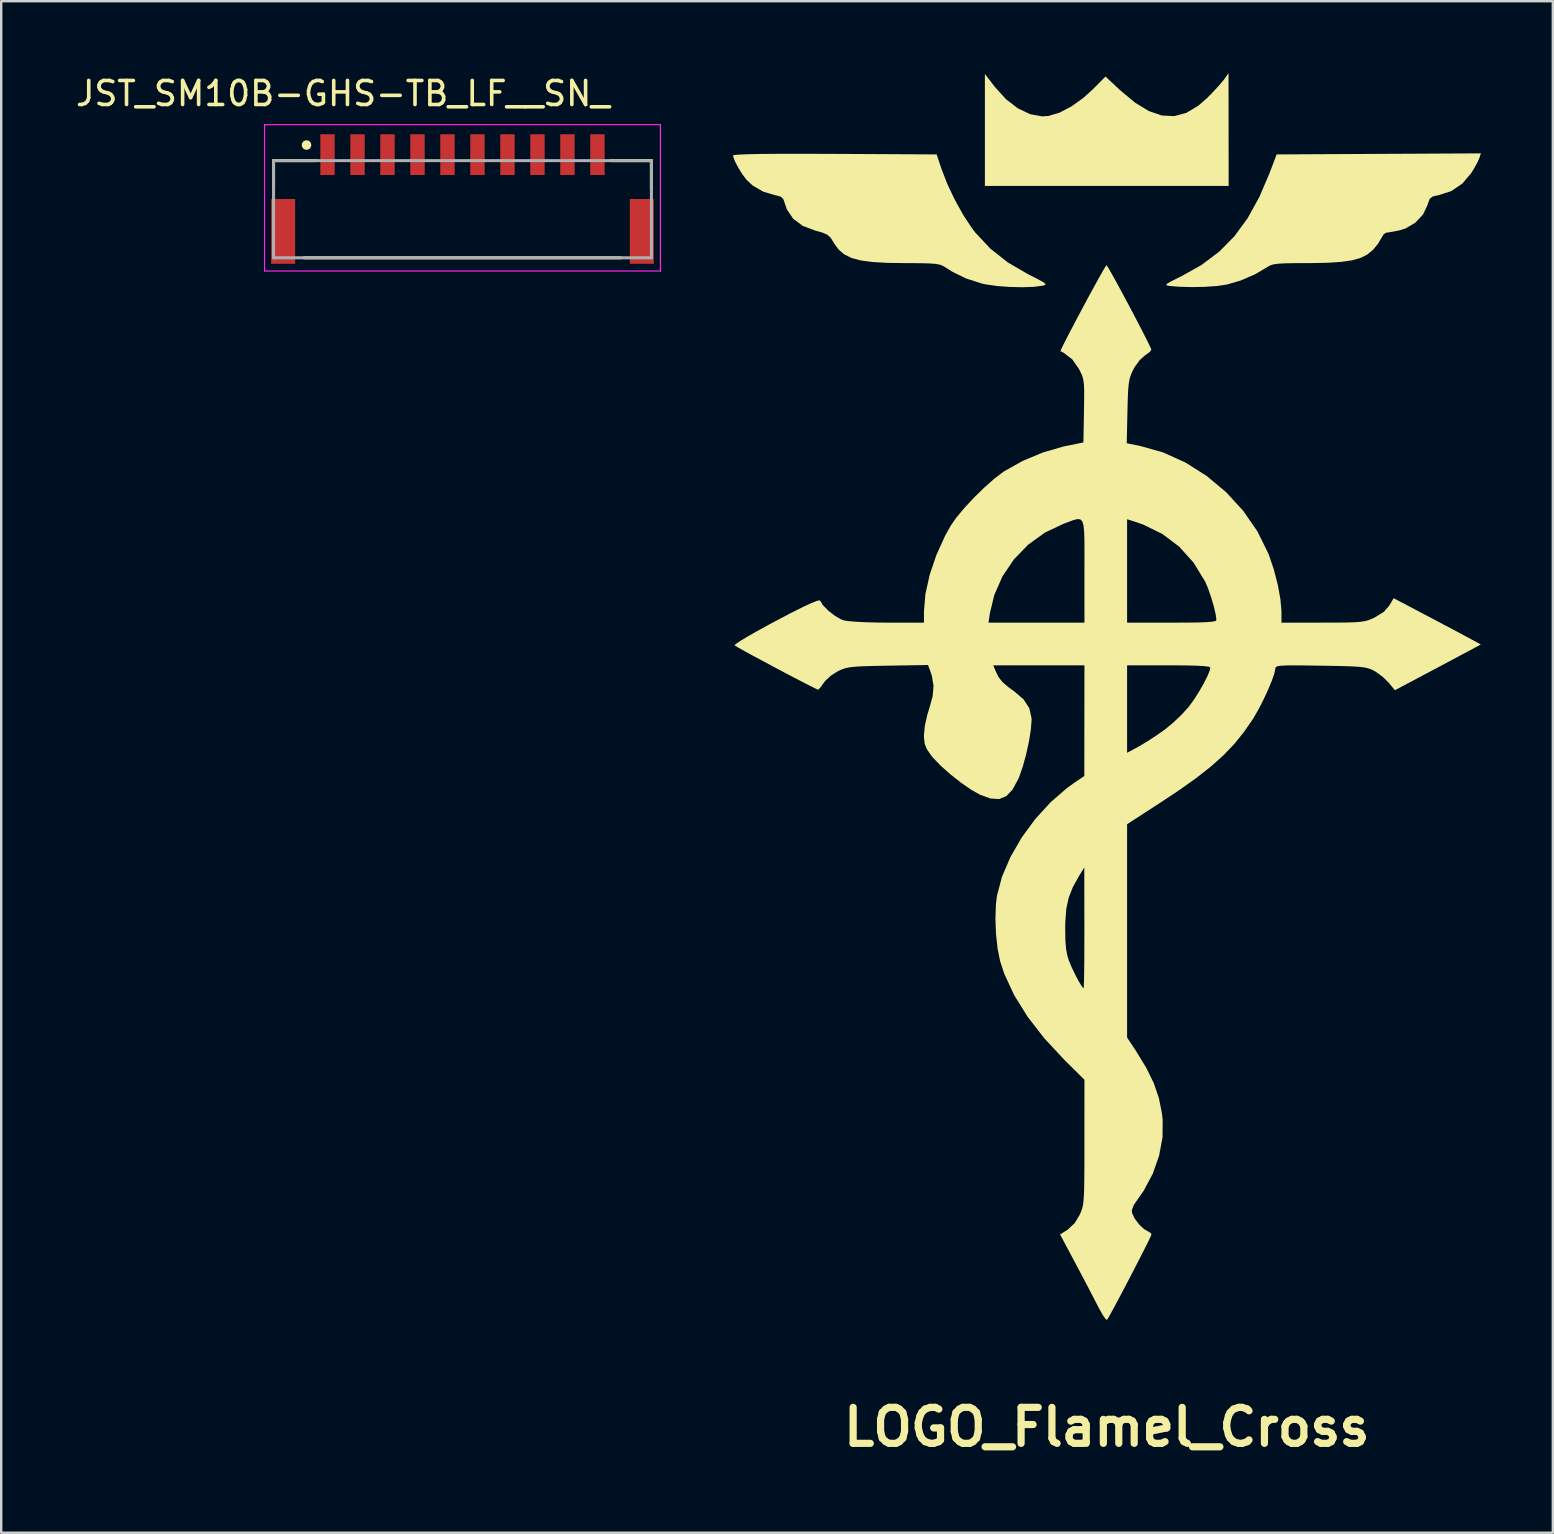
<source format=kicad_pcb>
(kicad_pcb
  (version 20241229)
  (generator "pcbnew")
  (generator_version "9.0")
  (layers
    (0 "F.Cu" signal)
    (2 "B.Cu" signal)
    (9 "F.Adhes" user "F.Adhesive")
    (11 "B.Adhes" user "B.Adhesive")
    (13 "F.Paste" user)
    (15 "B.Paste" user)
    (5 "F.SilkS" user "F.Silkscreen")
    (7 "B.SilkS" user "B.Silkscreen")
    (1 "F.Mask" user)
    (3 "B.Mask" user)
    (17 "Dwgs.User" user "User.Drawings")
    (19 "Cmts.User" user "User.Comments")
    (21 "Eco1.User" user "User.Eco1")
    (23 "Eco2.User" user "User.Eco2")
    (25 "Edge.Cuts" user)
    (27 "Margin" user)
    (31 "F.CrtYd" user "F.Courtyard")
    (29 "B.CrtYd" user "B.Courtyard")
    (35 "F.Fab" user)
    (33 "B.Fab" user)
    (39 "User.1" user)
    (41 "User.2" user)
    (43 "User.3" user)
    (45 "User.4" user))
  (footprint "JST_SM10B-GHS-TB_LF__SN_"
    (layer "F.Cu")
    (at 16.226 6.595)
    (property "Reference" "JST_SM10B-GHS-TB_LF__SN_" (at -4.985 -5.746 0) (layer "F.SilkS") (effects (font (size 1.002 1.002) (thickness 0.15))))
    (attr smd)
    (fp_line (start -7.875 -2.95) (end -6.1 -2.95) (stroke (width 0.127) (type solid)) (layer "F.SilkS"))
    (fp_line (start -7.875 -1.77) (end -7.875 -2.95) (stroke (width 0.127) (type solid)) (layer "F.SilkS"))
    (fp_line (start -6.6 1.1) (end 6.6 1.1) (stroke (width 0.127) (type solid)) (layer "F.SilkS"))
    (fp_line (start 7.875 -2.95) (end 6.2 -2.95) (stroke (width 0.127) (type solid)) (layer "F.SilkS"))
    (fp_line (start 7.875 -1.78) (end 7.875 -2.95) (stroke (width 0.127) (type solid)) (layer "F.SilkS"))
    (fp_circle (center -6.5 -3.6) (end -6.4 -3.6) (stroke (width 0.2) (type solid)) (fill no) (layer "F.SilkS"))
    (fp_line (start -8.25 -4.45) (end 8.25 -4.45) (stroke (width 0.05) (type solid)) (layer "F.CrtYd"))
    (fp_line (start -8.25 1.65) (end -8.25 -4.45) (stroke (width 0.05) (type solid)) (layer "F.CrtYd"))
    (fp_line (start 8.25 -4.45) (end 8.25 1.65) (stroke (width 0.05) (type solid)) (layer "F.CrtYd"))
    (fp_line (start 8.25 1.65) (end -8.25 1.65) (stroke (width 0.05) (type solid)) (layer "F.CrtYd"))
    (fp_line (start -7.875 -2.95) (end 7.875 -2.95) (stroke (width 0.127) (type solid)) (layer "F.Fab"))
    (fp_line (start -7.875 1.1) (end -7.875 -2.95) (stroke (width 0.127) (type solid)) (layer "F.Fab"))
    (fp_line (start 7.875 -2.95) (end 7.875 1.1) (stroke (width 0.127) (type solid)) (layer "F.Fab"))
    (fp_line (start 7.875 1.1) (end -7.875 1.1) (stroke (width 0.127) (type solid)) (layer "F.Fab"))
    (pad "1" smd rect (at -5.625 -3.2 90) (size 1.7 0.6) (layers "F.Cu" "F.Mask" "F.Paste"))
    (pad "2" smd rect (at -4.375 -3.2 90) (size 1.7 0.6) (layers "F.Cu" "F.Mask" "F.Paste"))
    (pad "3" smd rect (at -3.125 -3.2 90) (size 1.7 0.6) (layers "F.Cu" "F.Mask" "F.Paste"))
    (pad "4" smd rect (at -1.875 -3.2 90) (size 1.7 0.6) (layers "F.Cu" "F.Mask" "F.Paste"))
    (pad "5" smd rect (at -0.625 -3.2 90) (size 1.7 0.6) (layers "F.Cu" "F.Mask" "F.Paste"))
    (pad "6" smd rect (at 0.625 -3.2 90) (size 1.7 0.6) (layers "F.Cu" "F.Mask" "F.Paste"))
    (pad "7" smd rect (at 1.875 -3.2 90) (size 1.7 0.6) (layers "F.Cu" "F.Mask" "F.Paste"))
    (pad "8" smd rect (at 3.125 -3.2 90) (size 1.7 0.6) (layers "F.Cu" "F.Mask" "F.Paste"))
    (pad "9" smd rect (at 4.375 -3.2 90) (size 1.7 0.6) (layers "F.Cu" "F.Mask" "F.Paste"))
    (pad "10" smd rect (at 5.625 -3.2 90) (size 1.7 0.6) (layers "F.Cu" "F.Mask" "F.Paste"))
    (pad "S1" smd rect (at -7.475 0 90) (size 2.7 1) (layers "F.Cu" "F.Mask" "F.Paste"))
    (pad "S2" smd rect (at 7.475 0 90) (size 2.7 1) (layers "F.Cu" "F.Mask" "F.Paste")))
  (footprint "LOGO_Flamel_Cross"
    (layer "F.Cu")
    (at 43.08 25.95)
    (property "Reference" "LOGO_Flamel_Cross" (at 0 30.48 0) (layer "F.SilkS") (effects (font (size 1.5 1.5) (thickness 0.3))))
    (attr board_only exclude_from_pos_files exclude_from_bom)
    (fp_poly (pts (xy 5.077 -23.601) (xy 5.08 -21.251) (xy 0 -21.251) (xy -5.08 -21.251) (xy -5.08 -23.584) (xy -5.08 -25.918) (xy -4.675 -25.39) (xy -4.207 -24.871) (xy -3.709 -24.486) (xy -3.198 -24.242) (xy -2.692 -24.15) (xy -2.422 -24.168) (xy -1.965 -24.306) (xy -1.465 -24.569) (xy -0.959 -24.934) (xy -0.586 -25.274) (xy -0.053 -25.81) (xy 0.57 -25.228) (xy 1.181 -24.719) (xy 1.752 -24.372) (xy 2.293 -24.186) (xy 2.811 -24.16) (xy 3.314 -24.295) (xy 3.81 -24.589) (xy 4.194 -24.926) (xy 4.458 -25.198) (xy 4.696 -25.458) (xy 4.866 -25.66) (xy 4.894 -25.696) (xy 5.075 -25.95)) (stroke (width 0) (type solid)) (fill yes) (layer "F.SilkS"))
    (fp_poly (pts (xy 15.531 -22.416) (xy 15.453 -22.242) (xy 15.315 -21.99) (xy 15.191 -21.787) (xy 14.82 -21.349) (xy 14.355 -21.034) (xy 13.829 -20.865) (xy 13.822 -20.864) (xy 13.591 -20.813) (xy 13.467 -20.721) (xy 13.39 -20.533) (xy 13.369 -20.457) (xy 13.18 -20.06) (xy 12.863 -19.722) (xy 12.458 -19.48) (xy 12.193 -19.397) (xy 11.924 -19.344) (xy 11.715 -19.31) (xy 11.648 -19.304) (xy 11.54 -19.234) (xy 11.436 -19.064) (xy 11.435 -19.061) (xy 11.308 -18.845) (xy 11.117 -18.611) (xy 11.064 -18.557) (xy 10.843 -18.382) (xy 10.569 -18.248) (xy 10.222 -18.151) (xy 9.777 -18.086) (xy 9.214 -18.048) (xy 8.509 -18.034) (xy 8.356 -18.034) (xy 7.821 -18.032) (xy 7.427 -18.025) (xy 7.147 -18.009) (xy 6.954 -17.982) (xy 6.819 -17.942) (xy 6.716 -17.885) (xy 6.702 -17.876) (xy 6.178 -17.567) (xy 5.576 -17.307) (xy 5.006 -17.14) (xy 4.611 -17.082) (xy 4.11 -17.046) (xy 3.564 -17.034) (xy 3.035 -17.047) (xy 2.636 -17.08) (xy 2.515 -17.1) (xy 2.474 -17.13) (xy 2.531 -17.187) (xy 2.701 -17.283) (xy 3.003 -17.434) (xy 3.111 -17.487) (xy 3.954 -17.96) (xy 4.685 -18.51) (xy 5.32 -19.153) (xy 5.873 -19.909) (xy 6.361 -20.795) (xy 6.774 -21.759) (xy 7.08 -22.564) (xy 11.335 -22.586) (xy 15.591 -22.608)) (stroke (width 0) (type solid)) (fill yes) (layer "F.SilkS"))
    (fp_poly (pts (xy -11.915 -22.588) (xy -11.335 -22.586) (xy -7.091 -22.564) (xy -6.893 -21.971) (xy -6.65 -21.341) (xy -6.338 -20.681) (xy -5.988 -20.05) (xy -5.629 -19.503) (xy -5.478 -19.305) (xy -4.851 -18.636) (xy -4.131 -18.067) (xy -3.284 -17.572) (xy -3.225 -17.542) (xy -2.875 -17.365) (xy -2.66 -17.248) (xy -2.562 -17.174) (xy -2.562 -17.129) (xy -2.642 -17.099) (xy -2.675 -17.092) (xy -3.038 -17.045) (xy -3.51 -17.028) (xy -4.034 -17.04) (xy -4.553 -17.078) (xy -5.008 -17.14) (xy -5.22 -17.186) (xy -5.871 -17.396) (xy -6.438 -17.674) (xy -6.731 -17.86) (xy -6.839 -17.924) (xy -6.965 -17.97) (xy -7.135 -18.002) (xy -7.38 -18.02) (xy -7.728 -18.03) (xy -8.207 -18.033) (xy -8.399 -18.033) (xy -9.161 -18.044) (xy -9.775 -18.08) (xy -10.262 -18.146) (xy -10.643 -18.25) (xy -10.939 -18.397) (xy -11.17 -18.592) (xy -11.357 -18.844) (xy -11.4 -18.918) (xy -11.517 -19.101) (xy -11.651 -19.219) (xy -11.852 -19.306) (xy -12.144 -19.387) (xy -12.672 -19.586) (xy -13.07 -19.882) (xy -13.33 -20.266) (xy -13.398 -20.46) (xy -13.474 -20.686) (xy -13.579 -20.799) (xy -13.769 -20.855) (xy -13.824 -20.864) (xy -14.318 -21.011) (xy -14.762 -21.269) (xy -15.022 -21.513) (xy -15.196 -21.748) (xy -15.365 -22.022) (xy -15.5 -22.283) (xy -15.573 -22.478) (xy -15.579 -22.519) (xy -15.508 -22.541) (xy -15.292 -22.559) (xy -14.929 -22.573) (xy -14.413 -22.583) (xy -13.741 -22.589) (xy -12.91 -22.59)) (stroke (width 0) (type solid)) (fill yes) (layer "F.SilkS"))
    (fp_poly (pts (xy 0.04 -17.875) (xy 0.156 -17.678) (xy 0.322 -17.382) (xy 0.525 -17.011) (xy 0.751 -16.591) (xy 0.988 -16.147) (xy 1.22 -15.705) (xy 1.435 -15.291) (xy 1.62 -14.93) (xy 1.76 -14.647) (xy 1.843 -14.467) (xy 1.859 -14.418) (xy 1.792 -14.334) (xy 1.63 -14.211) (xy 1.584 -14.182) (xy 1.378 -13.996) (xy 1.175 -13.723) (xy 1.101 -13.589) (xy 1.019 -13.413) (xy 0.96 -13.241) (xy 0.92 -13.039) (xy 0.893 -12.775) (xy 0.876 -12.412) (xy 0.862 -11.919) (xy 0.861 -11.845) (xy 0.832 -10.524) (xy 1.369 -10.419) (xy 2.344 -10.145) (xy 3.284 -9.72) (xy 4.167 -9.161) (xy 4.975 -8.485) (xy 5.685 -7.711) (xy 6.278 -6.854) (xy 6.732 -5.933) (xy 6.761 -5.86) (xy 6.963 -5.262) (xy 7.125 -4.636) (xy 7.235 -4.039) (xy 7.281 -3.527) (xy 7.281 -3.475) (xy 7.281 -3.048) (xy 8.996 -3.049) (xy 9.58 -3.05) (xy 10.024 -3.055) (xy 10.353 -3.066) (xy 10.596 -3.086) (xy 10.781 -3.117) (xy 10.936 -3.163) (xy 11.088 -3.226) (xy 11.156 -3.257) (xy 11.549 -3.499) (xy 11.779 -3.766) (xy 11.956 -4.067) (xy 13.196 -3.415) (xy 13.667 -3.167) (xy 14.135 -2.919) (xy 14.56 -2.694) (xy 14.897 -2.514) (xy 15.014 -2.451) (xy 15.591 -2.138) (xy 14.802 -1.716) (xy 14.4 -1.501) (xy 13.915 -1.243) (xy 13.41 -0.975) (xy 13.01 -0.763) (xy 12.009 -0.232) (xy 11.753 -0.542) (xy 11.508 -0.784) (xy 11.217 -0.998) (xy 11.147 -1.039) (xy 11.021 -1.101) (xy 10.889 -1.148) (xy 10.724 -1.183) (xy 10.503 -1.208) (xy 10.201 -1.226) (xy 9.791 -1.239) (xy 9.251 -1.25) (xy 8.911 -1.255) (xy 8.3 -1.264) (xy 7.837 -1.268) (xy 7.502 -1.265) (xy 7.274 -1.255) (xy 7.133 -1.236) (xy 7.059 -1.207) (xy 7.03 -1.166) (xy 7.026 -1.129) (xy 6.985 -0.929) (xy 6.877 -0.622) (xy 6.72 -0.245) (xy 6.53 0.163) (xy 6.326 0.562) (xy 6.124 0.915) (xy 6.074 0.994) (xy 5.705 1.526) (xy 5.308 2.016) (xy 4.86 2.483) (xy 4.342 2.946) (xy 3.731 3.426) (xy 3.007 3.941) (xy 2.265 4.433) (xy 0.847 5.353) (xy 0.847 9.798) (xy 0.847 14.244) (xy 1.218 14.805) (xy 1.645 15.504) (xy 1.957 16.139) (xy 2.169 16.755) (xy 2.297 17.392) (xy 2.33 17.671) (xy 2.324 18.402) (xy 2.181 19.169) (xy 1.914 19.927) (xy 1.536 20.634) (xy 1.319 20.943) (xy 1.126 21.224) (xy 1.047 21.429) (xy 1.052 21.551) (xy 1.158 21.782) (xy 1.341 22.027) (xy 1.55 22.226) (xy 1.697 22.311) (xy 1.832 22.391) (xy 1.863 22.451) (xy 1.825 22.545) (xy 1.721 22.761) (xy 1.564 23.075) (xy 1.368 23.461) (xy 1.146 23.892) (xy 0.912 24.343) (xy 0.679 24.787) (xy 0.46 25.2) (xy 0.27 25.554) (xy 0.122 25.824) (xy 0.029 25.983) (xy 0.008 26.013) (xy -0.053 25.972) (xy -0.166 25.811) (xy -0.309 25.559) (xy -0.359 25.462) (xy -0.512 25.165) (xy -0.721 24.763) (xy -0.963 24.302) (xy -1.214 23.827) (xy -1.308 23.65) (xy -1.947 22.45) (xy -1.641 22.261) (xy -1.336 21.978) (xy -1.134 21.64) (xy -1.077 21.515) (xy -1.033 21.394) (xy -0.998 21.257) (xy -0.973 21.083) (xy -0.955 20.852) (xy -0.943 20.543) (xy -0.937 20.136) (xy -0.933 19.61) (xy -0.932 18.944) (xy -0.932 18.605) (xy -0.931 16.002) (xy -1.767 15.176) (xy -2.601 14.28) (xy -3.303 13.374) (xy -3.864 12.47) (xy -4.274 11.583) (xy -4.449 11.049) (xy -4.552 10.533) (xy -4.617 9.921) (xy -4.626 9.694) (xy -1.733 9.694) (xy -1.726 10.188) (xy -1.696 10.558) (xy -1.639 10.852) (xy -1.575 11.049) (xy -1.464 11.314) (xy -1.327 11.601) (xy -1.185 11.87) (xy -1.062 12.079) (xy -0.979 12.186) (xy -0.966 12.192) (xy -0.957 12.111) (xy -0.949 11.881) (xy -0.943 11.524) (xy -0.938 11.059) (xy -0.935 10.508) (xy -0.934 9.892) (xy -0.934 9.673) (xy -0.937 7.154) (xy -1.146 7.493) (xy -1.411 7.967) (xy -1.586 8.409) (xy -1.687 8.879) (xy -1.729 9.433) (xy -1.733 9.694) (xy -4.626 9.694) (xy -4.641 9.283) (xy -4.62 8.688) (xy -4.577 8.331) (xy -4.366 7.537) (xy -4.015 6.719) (xy -3.547 5.909) (xy -2.981 5.137) (xy -2.34 4.435) (xy -1.644 3.833) (xy -1.375 3.641) (xy -0.936 3.344) (xy -0.934 1.037) (xy -0.931 -1.27) (xy 0.847 -1.27) (xy 0.847 0.554) (xy 0.847 2.377) (xy 1.357 2.099) (xy 1.686 1.904) (xy 2.068 1.655) (xy 2.421 1.406) (xy 2.434 1.397) (xy 2.774 1.115) (xy 3.124 0.782) (xy 3.408 0.468) (xy 3.41 0.466) (xy 3.621 0.178) (xy 3.838 -0.16) (xy 4.037 -0.507) (xy 4.198 -0.824) (xy 4.297 -1.071) (xy 4.318 -1.176) (xy 4.252 -1.212) (xy 4.05 -1.238) (xy 3.703 -1.256) (xy 3.203 -1.267) (xy 2.582 -1.27) (xy 0.847 -1.27) (xy -0.931 -1.27) (xy -2.832 -1.27) (xy -4.733 -1.27) (xy -4.624 -1.01) (xy -4.503 -0.769) (xy -4.344 -0.569) (xy -4.106 -0.364) (xy -3.867 -0.192) (xy -3.47 0.147) (xy -3.23 0.515) (xy -3.136 0.929) (xy -3.134 1.016) (xy -3.165 1.418) (xy -3.246 1.916) (xy -3.364 2.452) (xy -3.505 2.964) (xy -3.656 3.393) (xy -3.688 3.468) (xy -3.926 3.906) (xy -4.186 4.182) (xy -4.486 4.304) (xy -4.847 4.281) (xy -5.287 4.121) (xy -5.292 4.119) (xy -5.657 3.912) (xy -6.083 3.616) (xy -6.522 3.27) (xy -6.924 2.913) (xy -7.241 2.583) (xy -7.316 2.491) (xy -7.497 2.23) (xy -7.588 2.01) (xy -7.618 1.75) (xy -7.62 1.632) (xy -7.582 1.247) (xy -7.48 0.791) (xy -7.399 0.53) (xy -7.257 0.019) (xy -7.221 -0.417) (xy -7.291 -0.836) (xy -7.363 -1.049) (xy -7.451 -1.283) (xy -9.123 -1.255) (xy -9.703 -1.244) (xy -10.141 -1.232) (xy -10.466 -1.214) (xy -10.705 -1.189) (xy -10.887 -1.152) (xy -11.039 -1.101) (xy -11.189 -1.033) (xy -11.203 -1.027) (xy -11.493 -0.844) (xy -11.733 -0.624) (xy -11.796 -0.541) (xy -11.924 -0.361) (xy -12.018 -0.262) (xy -12.033 -0.255) (xy -12.122 -0.293) (xy -12.334 -0.398) (xy -12.643 -0.556) (xy -13.023 -0.753) (xy -13.448 -0.976) (xy -13.892 -1.212) (xy -14.329 -1.445) (xy -14.734 -1.663) (xy -15.079 -1.851) (xy -15.339 -1.997) (xy -15.489 -2.085) (xy -15.513 -2.102) (xy -15.462 -2.159) (xy -15.279 -2.283) (xy -14.985 -2.461) (xy -14.6 -2.682) (xy -14.141 -2.934) (xy -13.784 -3.125) (xy -13.155 -3.455) (xy -12.664 -3.701) (xy -12.306 -3.868) (xy -12.074 -3.959) (xy -11.961 -3.977) (xy -11.948 -3.965) (xy -11.828 -3.772) (xy -11.607 -3.549) (xy -11.338 -3.338) (xy -11.073 -3.184) (xy -10.962 -3.142) (xy -10.765 -3.111) (xy -10.433 -3.084) (xy -10.001 -3.064) (xy -9.504 -3.051) (xy -9.123 -3.048) (xy -7.62 -3.048) (xy -4.93 -3.048) (xy -2.931 -3.048) (xy -0.931 -3.048) (xy -0.931 -5.207) (xy -0.93 -5.892) (xy -0.931 -6.425) (xy -0.942 -6.821) (xy -0.969 -7.096) (xy -1.02 -7.268) (xy -1.102 -7.352) (xy -1.156 -7.358) (xy 0.847 -7.358) (xy 0.847 -5.203) (xy 0.847 -3.048) (xy 2.709 -3.048) (xy 3.348 -3.05) (xy 3.833 -3.057) (xy 4.182 -3.071) (xy 4.411 -3.091) (xy 4.535 -3.118) (xy 4.571 -3.154) (xy 4.539 -3.396) (xy 4.458 -3.737) (xy 4.346 -4.118) (xy 4.219 -4.482) (xy 4.098 -4.764) (xy 3.616 -5.551) (xy 3.024 -6.21) (xy 2.325 -6.739) (xy 1.52 -7.135) (xy 1.206 -7.245) (xy 0.847 -7.358) (xy -1.156 -7.358) (xy -1.223 -7.365) (xy -1.389 -7.323) (xy -1.607 -7.243) (xy -1.797 -7.172) (xy -2.579 -6.802) (xy -3.275 -6.3) (xy -3.87 -5.685) (xy -4.347 -4.978) (xy -4.69 -4.198) (xy -4.87 -3.45) (xy -4.93 -3.048) (xy -7.62 -3.048) (xy -7.62 -3.517) (xy -7.558 -4.246) (xy -7.381 -5.045) (xy -7.101 -5.87) (xy -6.733 -6.68) (xy -6.505 -7.09) (xy -6.266 -7.432) (xy -5.927 -7.837) (xy -5.525 -8.268) (xy -5.098 -8.685) (xy -4.682 -9.053) (xy -4.314 -9.333) (xy -4.276 -9.358) (xy -3.508 -9.788) (xy -2.66 -10.142) (xy -1.809 -10.389) (xy -1.709 -10.41) (xy -0.974 -10.559) (xy -0.95 -11.87) (xy -0.943 -12.369) (xy -0.942 -12.733) (xy -0.954 -12.995) (xy -0.981 -13.187) (xy -1.027 -13.345) (xy -1.097 -13.5) (xy -1.162 -13.625) (xy -1.441 -14.025) (xy -1.802 -14.3) (xy -1.93 -14.362) (xy -1.903 -14.437) (xy -1.808 -14.636) (xy -1.657 -14.933) (xy -1.464 -15.304) (xy -1.243 -15.724) (xy -1.007 -16.168) (xy -0.769 -16.611) (xy -0.541 -17.029) (xy -0.339 -17.396) (xy -0.174 -17.688) (xy -0.061 -17.88) (xy -0.012 -17.947)) (stroke (width 0) (type solid)) (fill yes) (layer "F.SilkS")))
  (gr_rect
    (start -3 -3)
    (end 61.671 60.834)
    (stroke (width 0.1) (type default))
    (fill no)
    (layer "Edge.Cuts")))
</source>
